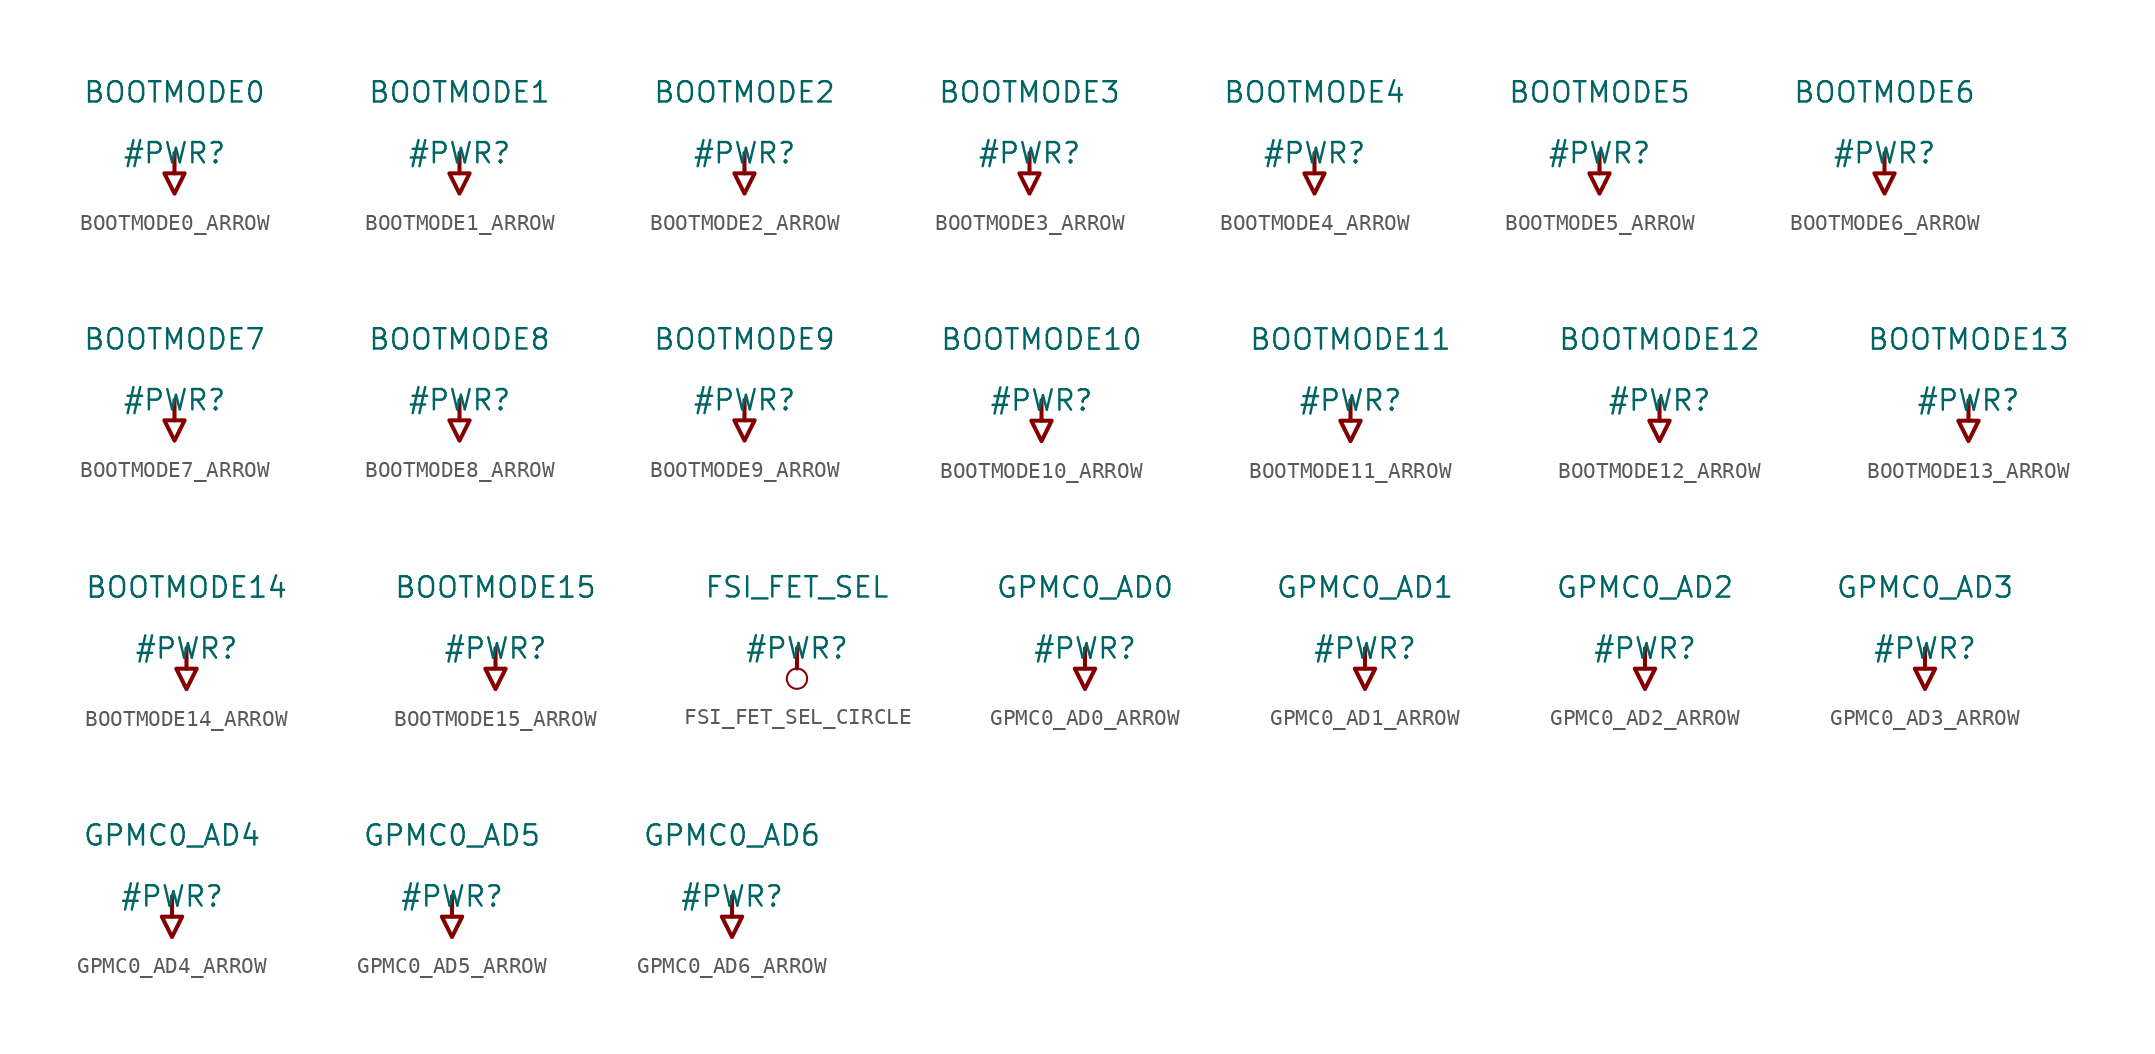
<source format=kicad_sym>
(kicad_symbol_lib
  (version 20231120)
  (generator "kicad_symbol_editor")
  (generator_version "8.0")
  (symbol "BOOTMODE0_ARROW"
    (power)
    (property "Reference" "#PWR"
      (at 0 0 0)
      (effects (font (size 1.27 1.27))))
    (property "Value" "BOOTMODE0"
      (at 0 3.81 0)
      (effects (font (size 1.27 1.27))))
    (symbol "BOOTMODE0_ARROW_0_0"
      (polyline (pts (xy 0 0) (xy 0 -1.27)) (stroke (width 0.254) (type solid)) (fill (type none)))
      (polyline (pts (xy -0.635 -1.27) (xy 0.635 -1.27) (xy 0 -2.54) (xy -0.635 -1.27)) (stroke (width 0.254) (type solid)) (fill (type none)))
      (pin power_in line (at 0 0 0) (length 0) hide (name "BOOTMODE0" (effects (font (size 1.27 1.27)))) (number "" (effects (font (size 1.27 1.27)))))))
  (symbol "BOOTMODE1_ARROW"
    (power)
    (property "Reference" "#PWR"
      (at 0 0 0)
      (effects (font (size 1.27 1.27))))
    (property "Value" "BOOTMODE1"
      (at 0 3.81 0)
      (effects (font (size 1.27 1.27))))
    (symbol "BOOTMODE1_ARROW_0_0"
      (polyline (pts (xy 0 0) (xy 0 -1.27)) (stroke (width 0.254) (type solid)) (fill (type none)))
      (polyline (pts (xy -0.635 -1.27) (xy 0.635 -1.27) (xy 0 -2.54) (xy -0.635 -1.27)) (stroke (width 0.254) (type solid)) (fill (type none)))
      (pin power_in line (at 0 0 0) (length 0) hide (name "BOOTMODE1" (effects (font (size 1.27 1.27)))) (number "" (effects (font (size 1.27 1.27)))))))
  (symbol "BOOTMODE2_ARROW"
    (power)
    (property "Reference" "#PWR"
      (at 0 0 0)
      (effects (font (size 1.27 1.27))))
    (property "Value" "BOOTMODE2"
      (at 0 3.81 0)
      (effects (font (size 1.27 1.27))))
    (symbol "BOOTMODE2_ARROW_0_0"
      (polyline (pts (xy 0 0) (xy 0 -1.27)) (stroke (width 0.254) (type solid)) (fill (type none)))
      (polyline (pts (xy -0.635 -1.27) (xy 0.635 -1.27) (xy 0 -2.54) (xy -0.635 -1.27)) (stroke (width 0.254) (type solid)) (fill (type none)))
      (pin power_in line (at 0 0 0) (length 0) hide (name "BOOTMODE2" (effects (font (size 1.27 1.27)))) (number "" (effects (font (size 1.27 1.27)))))))
  (symbol "BOOTMODE3_ARROW"
    (power)
    (property "Reference" "#PWR"
      (at 0 0 0)
      (effects (font (size 1.27 1.27))))
    (property "Value" "BOOTMODE3"
      (at 0 3.81 0)
      (effects (font (size 1.27 1.27))))
    (symbol "BOOTMODE3_ARROW_0_0"
      (polyline (pts (xy 0 0) (xy 0 -1.27)) (stroke (width 0.254) (type solid)) (fill (type none)))
      (polyline (pts (xy -0.635 -1.27) (xy 0.635 -1.27) (xy 0 -2.54) (xy -0.635 -1.27)) (stroke (width 0.254) (type solid)) (fill (type none)))
      (pin power_in line (at 0 0 0) (length 0) hide (name "BOOTMODE3" (effects (font (size 1.27 1.27)))) (number "" (effects (font (size 1.27 1.27)))))))
  (symbol "BOOTMODE4_ARROW"
    (power)
    (property "Reference" "#PWR"
      (at 0 0 0)
      (effects (font (size 1.27 1.27))))
    (property "Value" "BOOTMODE4"
      (at 0 3.81 0)
      (effects (font (size 1.27 1.27))))
    (symbol "BOOTMODE4_ARROW_0_0"
      (polyline (pts (xy 0 0) (xy 0 -1.27)) (stroke (width 0.254) (type solid)) (fill (type none)))
      (polyline (pts (xy -0.635 -1.27) (xy 0.635 -1.27) (xy 0 -2.54) (xy -0.635 -1.27)) (stroke (width 0.254) (type solid)) (fill (type none)))
      (pin power_in line (at 0 0 0) (length 0) hide (name "BOOTMODE4" (effects (font (size 1.27 1.27)))) (number "" (effects (font (size 1.27 1.27)))))))
  (symbol "BOOTMODE5_ARROW"
    (power)
    (property "Reference" "#PWR"
      (at 0 0 0)
      (effects (font (size 1.27 1.27))))
    (property "Value" "BOOTMODE5"
      (at 0 3.81 0)
      (effects (font (size 1.27 1.27))))
    (symbol "BOOTMODE5_ARROW_0_0"
      (polyline (pts (xy 0 0) (xy 0 -1.27)) (stroke (width 0.254) (type solid)) (fill (type none)))
      (polyline (pts (xy -0.635 -1.27) (xy 0.635 -1.27) (xy 0 -2.54) (xy -0.635 -1.27)) (stroke (width 0.254) (type solid)) (fill (type none)))
      (pin power_in line (at 0 0 0) (length 0) hide (name "BOOTMODE5" (effects (font (size 1.27 1.27)))) (number "" (effects (font (size 1.27 1.27)))))))
  (symbol "BOOTMODE6_ARROW"
    (power)
    (property "Reference" "#PWR"
      (at 0 0 0)
      (effects (font (size 1.27 1.27))))
    (property "Value" "BOOTMODE6"
      (at 0 3.81 0)
      (effects (font (size 1.27 1.27))))
    (symbol "BOOTMODE6_ARROW_0_0"
      (polyline (pts (xy 0 0) (xy 0 -1.27)) (stroke (width 0.254) (type solid)) (fill (type none)))
      (polyline (pts (xy -0.635 -1.27) (xy 0.635 -1.27) (xy 0 -2.54) (xy -0.635 -1.27)) (stroke (width 0.254) (type solid)) (fill (type none)))
      (pin power_in line (at 0 0 0) (length 0) hide (name "BOOTMODE6" (effects (font (size 1.27 1.27)))) (number "" (effects (font (size 1.27 1.27)))))))
  (symbol "BOOTMODE7_ARROW"
    (power)
    (property "Reference" "#PWR"
      (at 0 0 0)
      (effects (font (size 1.27 1.27))))
    (property "Value" "BOOTMODE7"
      (at 0 3.81 0)
      (effects (font (size 1.27 1.27))))
    (symbol "BOOTMODE7_ARROW_0_0"
      (polyline (pts (xy 0 0) (xy 0 -1.27)) (stroke (width 0.254) (type solid)) (fill (type none)))
      (polyline (pts (xy -0.635 -1.27) (xy 0.635 -1.27) (xy 0 -2.54) (xy -0.635 -1.27)) (stroke (width 0.254) (type solid)) (fill (type none)))
      (pin power_in line (at 0 0 0) (length 0) hide (name "BOOTMODE7" (effects (font (size 1.27 1.27)))) (number "" (effects (font (size 1.27 1.27)))))))
  (symbol "BOOTMODE8_ARROW"
    (power)
    (property "Reference" "#PWR"
      (at 0 0 0)
      (effects (font (size 1.27 1.27))))
    (property "Value" "BOOTMODE8"
      (at 0 3.81 0)
      (effects (font (size 1.27 1.27))))
    (symbol "BOOTMODE8_ARROW_0_0"
      (polyline (pts (xy 0 0) (xy 0 -1.27)) (stroke (width 0.254) (type solid)) (fill (type none)))
      (polyline (pts (xy -0.635 -1.27) (xy 0.635 -1.27) (xy 0 -2.54) (xy -0.635 -1.27)) (stroke (width 0.254) (type solid)) (fill (type none)))
      (pin power_in line (at 0 0 0) (length 0) hide (name "BOOTMODE8" (effects (font (size 1.27 1.27)))) (number "" (effects (font (size 1.27 1.27)))))))
  (symbol "BOOTMODE9_ARROW"
    (power)
    (property "Reference" "#PWR"
      (at 0 0 0)
      (effects (font (size 1.27 1.27))))
    (property "Value" "BOOTMODE9"
      (at 0 3.81 0)
      (effects (font (size 1.27 1.27))))
    (symbol "BOOTMODE9_ARROW_0_0"
      (polyline (pts (xy 0 0) (xy 0 -1.27)) (stroke (width 0.254) (type solid)) (fill (type none)))
      (polyline (pts (xy -0.635 -1.27) (xy 0.635 -1.27) (xy 0 -2.54) (xy -0.635 -1.27)) (stroke (width 0.254) (type solid)) (fill (type none)))
      (pin power_in line (at 0 0 0) (length 0) hide (name "BOOTMODE9" (effects (font (size 1.27 1.27)))) (number "" (effects (font (size 1.27 1.27)))))))
  (symbol "BOOTMODE10_ARROW"
    (power)
    (property "Reference" "#PWR"
      (at 0 0 0)
      (effects (font (size 1.27 1.27))))
    (property "Value" "BOOTMODE10"
      (at 0 3.81 0)
      (effects (font (size 1.27 1.27))))
    (symbol "BOOTMODE10_ARROW_0_0"
      (polyline (pts (xy 0 0) (xy 0 -1.27)) (stroke (width 0.254) (type solid)) (fill (type none)))
      (polyline (pts (xy -0.635 -1.27) (xy 0.635 -1.27) (xy 0 -2.54) (xy -0.635 -1.27)) (stroke (width 0.254) (type solid)) (fill (type none)))
      (pin power_in line (at 0 0 0) (length 0) hide (name "BOOTMODE10" (effects (font (size 1.27 1.27)))) (number "" (effects (font (size 1.27 1.27)))))))
  (symbol "BOOTMODE11_ARROW"
    (power)
    (property "Reference" "#PWR"
      (at 0 0 0)
      (effects (font (size 1.27 1.27))))
    (property "Value" "BOOTMODE11"
      (at 0 3.81 0)
      (effects (font (size 1.27 1.27))))
    (symbol "BOOTMODE11_ARROW_0_0"
      (polyline (pts (xy 0 0) (xy 0 -1.27)) (stroke (width 0.254) (type solid)) (fill (type none)))
      (polyline (pts (xy -0.635 -1.27) (xy 0.635 -1.27) (xy 0 -2.54) (xy -0.635 -1.27)) (stroke (width 0.254) (type solid)) (fill (type none)))
      (pin power_in line (at 0 0 0) (length 0) hide (name "BOOTMODE11" (effects (font (size 1.27 1.27)))) (number "" (effects (font (size 1.27 1.27)))))))
  (symbol "BOOTMODE12_ARROW"
    (power)
    (property "Reference" "#PWR"
      (at 0 0 0)
      (effects (font (size 1.27 1.27))))
    (property "Value" "BOOTMODE12"
      (at 0 3.81 0)
      (effects (font (size 1.27 1.27))))
    (symbol "BOOTMODE12_ARROW_0_0"
      (polyline (pts (xy 0 0) (xy 0 -1.27)) (stroke (width 0.254) (type solid)) (fill (type none)))
      (polyline (pts (xy -0.635 -1.27) (xy 0.635 -1.27) (xy 0 -2.54) (xy -0.635 -1.27)) (stroke (width 0.254) (type solid)) (fill (type none)))
      (pin power_in line (at 0 0 0) (length 0) hide (name "BOOTMODE12" (effects (font (size 1.27 1.27)))) (number "" (effects (font (size 1.27 1.27)))))))
  (symbol "BOOTMODE13_ARROW"
    (power)
    (property "Reference" "#PWR"
      (at 0 0 0)
      (effects (font (size 1.27 1.27))))
    (property "Value" "BOOTMODE13"
      (at 0 3.81 0)
      (effects (font (size 1.27 1.27))))
    (symbol "BOOTMODE13_ARROW_0_0"
      (polyline (pts (xy 0 0) (xy 0 -1.27)) (stroke (width 0.254) (type solid)) (fill (type none)))
      (polyline (pts (xy -0.635 -1.27) (xy 0.635 -1.27) (xy 0 -2.54) (xy -0.635 -1.27)) (stroke (width 0.254) (type solid)) (fill (type none)))
      (pin power_in line (at 0 0 0) (length 0) hide (name "BOOTMODE13" (effects (font (size 1.27 1.27)))) (number "" (effects (font (size 1.27 1.27)))))))
  (symbol "BOOTMODE14_ARROW"
    (power)
    (property "Reference" "#PWR"
      (at 0 0 0)
      (effects (font (size 1.27 1.27))))
    (property "Value" "BOOTMODE14"
      (at 0 3.81 0)
      (effects (font (size 1.27 1.27))))
    (symbol "BOOTMODE14_ARROW_0_0"
      (polyline (pts (xy 0 0) (xy 0 -1.27)) (stroke (width 0.254) (type solid)) (fill (type none)))
      (polyline (pts (xy -0.635 -1.27) (xy 0.635 -1.27) (xy 0 -2.54) (xy -0.635 -1.27)) (stroke (width 0.254) (type solid)) (fill (type none)))
      (pin power_in line (at 0 0 0) (length 0) hide (name "BOOTMODE14" (effects (font (size 1.27 1.27)))) (number "" (effects (font (size 1.27 1.27)))))))
  (symbol "BOOTMODE15_ARROW"
    (power)
    (property "Reference" "#PWR"
      (at 0 0 0)
      (effects (font (size 1.27 1.27))))
    (property "Value" "BOOTMODE15"
      (at 0 3.81 0)
      (effects (font (size 1.27 1.27))))
    (symbol "BOOTMODE15_ARROW_0_0"
      (polyline (pts (xy 0 0) (xy 0 -1.27)) (stroke (width 0.254) (type solid)) (fill (type none)))
      (polyline (pts (xy -0.635 -1.27) (xy 0.635 -1.27) (xy 0 -2.54) (xy -0.635 -1.27)) (stroke (width 0.254) (type solid)) (fill (type none)))
      (pin power_in line (at 0 0 0) (length 0) hide (name "BOOTMODE15" (effects (font (size 1.27 1.27)))) (number "" (effects (font (size 1.27 1.27)))))))
  (symbol "FSI_FET_SEL_CIRCLE"
    (power)
    (property "Reference" "#PWR"
      (at 0 0 0)
      (effects (font (size 1.27 1.27))))
    (property "Value" "FSI_FET_SEL"
      (at 0 3.81 0)
      (effects (font (size 1.27 1.27))))
    (symbol "FSI_FET_SEL_CIRCLE_0_0"
      (circle (center 0 -1.905) (radius 0.635) (stroke (width 0.127) (type solid)) (fill (type none)))
      (polyline (pts (xy 0 0) (xy 0 -1.27)) (stroke (width 0.254) (type solid)) (fill (type none)))
      (pin power_in line (at 0 0 0) (length 0) hide (name "FSI_FET_SEL" (effects (font (size 1.27 1.27)))) (number "" (effects (font (size 1.27 1.27)))))))
  (symbol "GPMC0_AD0_ARROW"
    (power)
    (property "Reference" "#PWR"
      (at 0 0 0)
      (effects (font (size 1.27 1.27))))
    (property "Value" "GPMC0_AD0"
      (at 0 3.81 0)
      (effects (font (size 1.27 1.27))))
    (symbol "GPMC0_AD0_ARROW_0_0"
      (polyline (pts (xy 0 0) (xy 0 -1.27)) (stroke (width 0.254) (type solid)) (fill (type none)))
      (polyline (pts (xy -0.635 -1.27) (xy 0.635 -1.27) (xy 0 -2.54) (xy -0.635 -1.27)) (stroke (width 0.254) (type solid)) (fill (type none)))
      (pin power_in line (at 0 0 0) (length 0) hide (name "GPMC0_AD0" (effects (font (size 1.27 1.27)))) (number "" (effects (font (size 1.27 1.27)))))))
  (symbol "GPMC0_AD1_ARROW"
    (power)
    (property "Reference" "#PWR"
      (at 0 0 0)
      (effects (font (size 1.27 1.27))))
    (property "Value" "GPMC0_AD1"
      (at 0 3.81 0)
      (effects (font (size 1.27 1.27))))
    (symbol "GPMC0_AD1_ARROW_0_0"
      (polyline (pts (xy 0 0) (xy 0 -1.27)) (stroke (width 0.254) (type solid)) (fill (type none)))
      (polyline (pts (xy -0.635 -1.27) (xy 0.635 -1.27) (xy 0 -2.54) (xy -0.635 -1.27)) (stroke (width 0.254) (type solid)) (fill (type none)))
      (pin power_in line (at 0 0 0) (length 0) hide (name "GPMC0_AD1" (effects (font (size 1.27 1.27)))) (number "" (effects (font (size 1.27 1.27)))))))
  (symbol "GPMC0_AD2_ARROW"
    (power)
    (property "Reference" "#PWR"
      (at 0 0 0)
      (effects (font (size 1.27 1.27))))
    (property "Value" "GPMC0_AD2"
      (at 0 3.81 0)
      (effects (font (size 1.27 1.27))))
    (symbol "GPMC0_AD2_ARROW_0_0"
      (polyline (pts (xy 0 0) (xy 0 -1.27)) (stroke (width 0.254) (type solid)) (fill (type none)))
      (polyline (pts (xy -0.635 -1.27) (xy 0.635 -1.27) (xy 0 -2.54) (xy -0.635 -1.27)) (stroke (width 0.254) (type solid)) (fill (type none)))
      (pin power_in line (at 0 0 0) (length 0) hide (name "GPMC0_AD2" (effects (font (size 1.27 1.27)))) (number "" (effects (font (size 1.27 1.27)))))))
  (symbol "GPMC0_AD3_ARROW"
    (power)
    (property "Reference" "#PWR"
      (at 0 0 0)
      (effects (font (size 1.27 1.27))))
    (property "Value" "GPMC0_AD3"
      (at 0 3.81 0)
      (effects (font (size 1.27 1.27))))
    (symbol "GPMC0_AD3_ARROW_0_0"
      (polyline (pts (xy 0 0) (xy 0 -1.27)) (stroke (width 0.254) (type solid)) (fill (type none)))
      (polyline (pts (xy -0.635 -1.27) (xy 0.635 -1.27) (xy 0 -2.54) (xy -0.635 -1.27)) (stroke (width 0.254) (type solid)) (fill (type none)))
      (pin power_in line (at 0 0 0) (length 0) hide (name "GPMC0_AD3" (effects (font (size 1.27 1.27)))) (number "" (effects (font (size 1.27 1.27)))))))
  (symbol "GPMC0_AD4_ARROW"
    (power)
    (property "Reference" "#PWR"
      (at 0 0 0)
      (effects (font (size 1.27 1.27))))
    (property "Value" "GPMC0_AD4"
      (at 0 3.81 0)
      (effects (font (size 1.27 1.27))))
    (symbol "GPMC0_AD4_ARROW_0_0"
      (polyline (pts (xy 0 0) (xy 0 -1.27)) (stroke (width 0.254) (type solid)) (fill (type none)))
      (polyline (pts (xy -0.635 -1.27) (xy 0.635 -1.27) (xy 0 -2.54) (xy -0.635 -1.27)) (stroke (width 0.254) (type solid)) (fill (type none)))
      (pin power_in line (at 0 0 0) (length 0) hide (name "GPMC0_AD4" (effects (font (size 1.27 1.27)))) (number "" (effects (font (size 1.27 1.27)))))))
  (symbol "GPMC0_AD5_ARROW"
    (power)
    (property "Reference" "#PWR"
      (at 0 0 0)
      (effects (font (size 1.27 1.27))))
    (property "Value" "GPMC0_AD5"
      (at 0 3.81 0)
      (effects (font (size 1.27 1.27))))
    (symbol "GPMC0_AD5_ARROW_0_0"
      (polyline (pts (xy 0 0) (xy 0 -1.27)) (stroke (width 0.254) (type solid)) (fill (type none)))
      (polyline (pts (xy -0.635 -1.27) (xy 0.635 -1.27) (xy 0 -2.54) (xy -0.635 -1.27)) (stroke (width 0.254) (type solid)) (fill (type none)))
      (pin power_in line (at 0 0 0) (length 0) hide (name "GPMC0_AD5" (effects (font (size 1.27 1.27)))) (number "" (effects (font (size 1.27 1.27)))))))
  (symbol "GPMC0_AD6_ARROW"
    (power)
    (property "Reference" "#PWR"
      (at 0 0 0)
      (effects (font (size 1.27 1.27))))
    (property "Value" "GPMC0_AD6"
      (at 0 3.81 0)
      (effects (font (size 1.27 1.27))))
    (symbol "GPMC0_AD6_ARROW_0_0"
      (polyline (pts (xy 0 0) (xy 0 -1.27)) (stroke (width 0.254) (type solid)) (fill (type none)))
      (polyline (pts (xy -0.635 -1.27) (xy 0.635 -1.27) (xy 0 -2.54) (xy -0.635 -1.27)) (stroke (width 0.254) (type solid)) (fill (type none)))
      (pin power_in line (at 0 0 0) (length 0) hide (name "GPMC0_AD6" (effects (font (size 1.27 1.27)))) (number "" (effects (font (size 1.27 1.27))))))))
</source>
